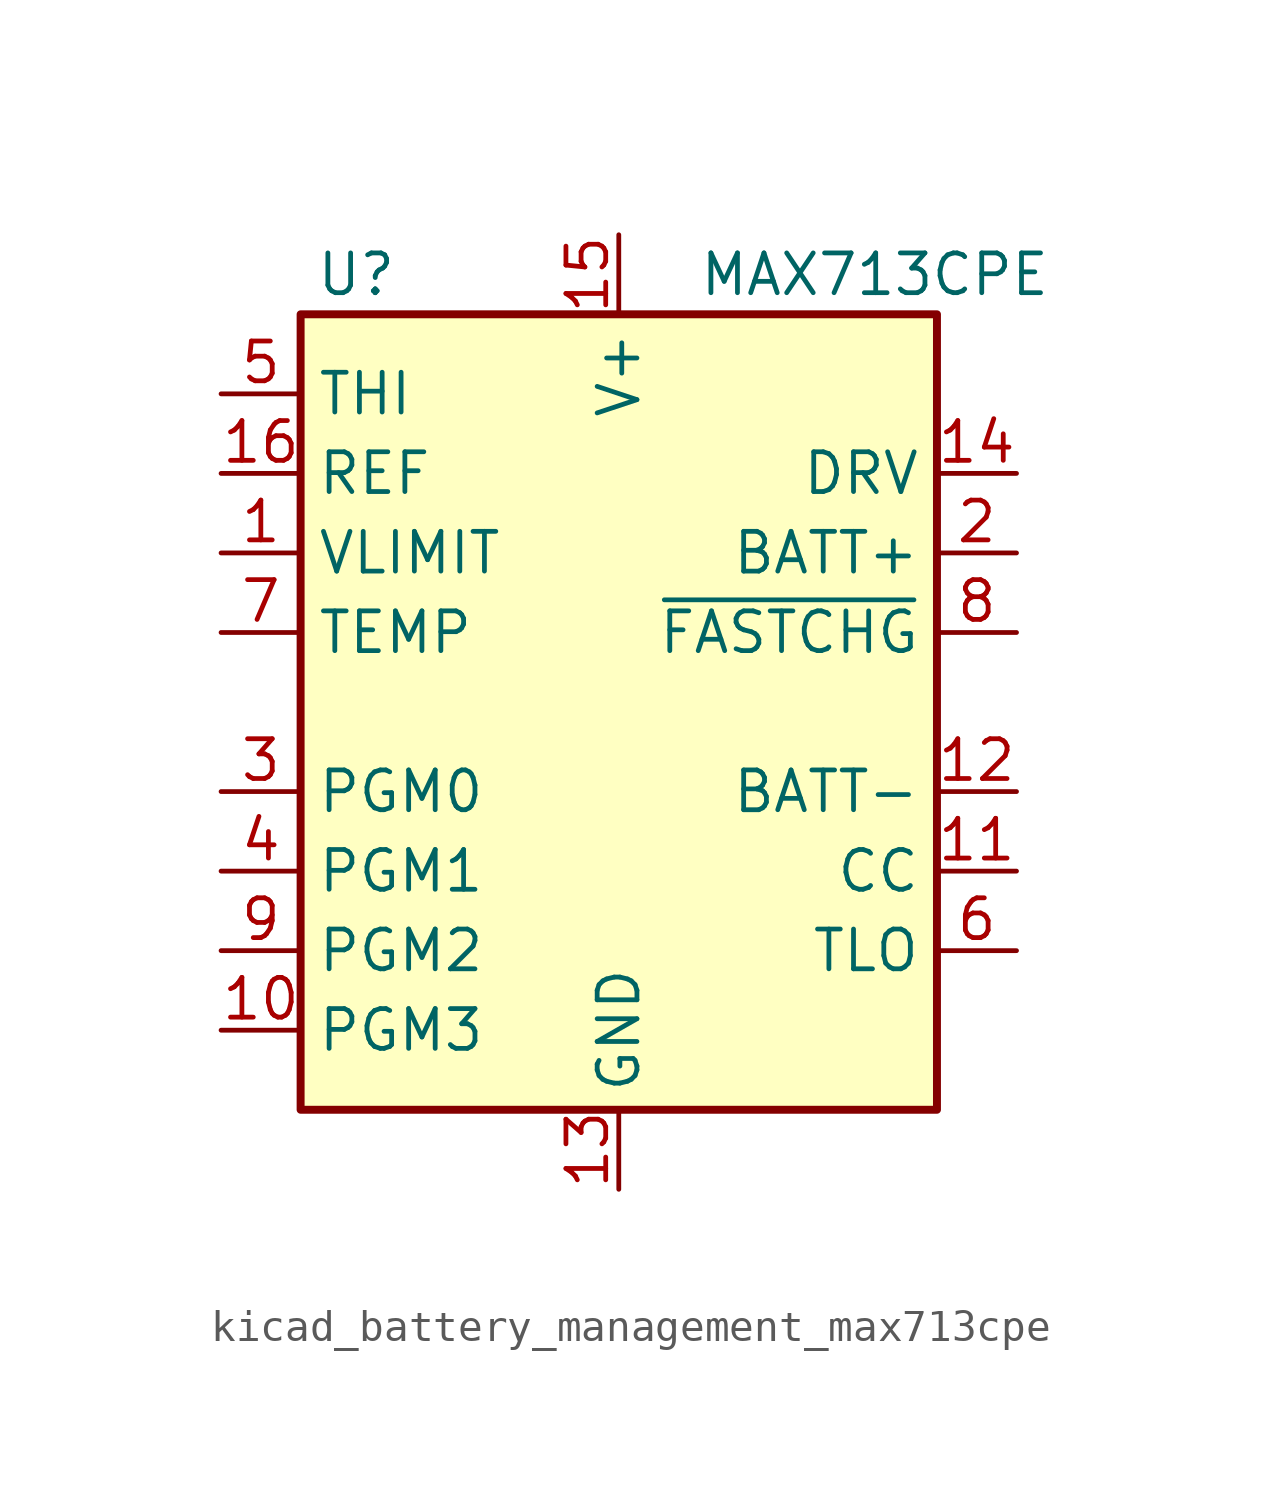
<source format=kicad_sym>
(kicad_symbol_lib
  (version 20220914)
  (generator kicad_symbol_editor)
  (symbol "kicad_battery_management_max713cpe"
    (property "Reference" "U"
      (at -8.382 13.97 0)
      (effects (font (size 1.27 1.27))))
    (property "Value" "MAX713CPE"
      (at 2.54 13.97 0)
      (effects (font (size 1.27 1.27)) (justify left)))
    (symbol "kicad_battery_management_max713cpe_0_1"
      (rectangle (start -10.16 12.7) (end 10.16 -12.7) (stroke (width 0.254) (type default)) (fill (type background))))
    (symbol "kicad_battery_management_max713cpe_1_1"
      (pin input line (at -12.7 5.08 0) (length 2.54) (name "VLIMIT" (effects (font (size 1.27 1.27)))) (number "1" (effects (font (size 1.27 1.27)))))
      (pin input line (at -12.7 -10.16 0) (length 2.54) (name "PGM3" (effects (font (size 1.27 1.27)))) (number "10" (effects (font (size 1.27 1.27)))))
      (pin input line (at 12.7 -5.08 180) (length 2.54) (name "CC" (effects (font (size 1.27 1.27)))) (number "11" (effects (font (size 1.27 1.27)))))
      (pin input line (at 12.7 -2.54 180) (length 2.54) (name "BATT-" (effects (font (size 1.27 1.27)))) (number "12" (effects (font (size 1.27 1.27)))))
      (pin power_in line (at 0 -15.24 90) (length 2.54) (name "GND" (effects (font (size 1.27 1.27)))) (number "13" (effects (font (size 1.27 1.27)))))
      (pin output line (at 12.7 7.62 180) (length 2.54) (name "DRV" (effects (font (size 1.27 1.27)))) (number "14" (effects (font (size 1.27 1.27)))))
      (pin power_in line (at 0 15.24 270) (length 2.54) (name "V+" (effects (font (size 1.27 1.27)))) (number "15" (effects (font (size 1.27 1.27)))))
      (pin power_in line (at -12.7 7.62 0) (length 2.54) (name "REF" (effects (font (size 1.27 1.27)))) (number "16" (effects (font (size 1.27 1.27)))))
      (pin input line (at 12.7 5.08 180) (length 2.54) (name "BATT+" (effects (font (size 1.27 1.27)))) (number "2" (effects (font (size 1.27 1.27)))))
      (pin input line (at -12.7 -2.54 0) (length 2.54) (name "PGM0" (effects (font (size 1.27 1.27)))) (number "3" (effects (font (size 1.27 1.27)))))
      (pin input line (at -12.7 -5.08 0) (length 2.54) (name "PGM1" (effects (font (size 1.27 1.27)))) (number "4" (effects (font (size 1.27 1.27)))))
      (pin input line (at -12.7 10.16 0) (length 2.54) (name "THI" (effects (font (size 1.27 1.27)))) (number "5" (effects (font (size 1.27 1.27)))))
      (pin input line (at 12.7 -7.62 180) (length 2.54) (name "TLO" (effects (font (size 1.27 1.27)))) (number "6" (effects (font (size 1.27 1.27)))))
      (pin input line (at -12.7 2.54 0) (length 2.54) (name "TEMP" (effects (font (size 1.27 1.27)))) (number "7" (effects (font (size 1.27 1.27)))))
      (pin open_collector line (at 12.7 2.54 180) (length 2.54) (name "~{FASTCHG}" (effects (font (size 1.27 1.27)))) (number "8" (effects (font (size 1.27 1.27)))))
      (pin input line (at -12.7 -7.62 0) (length 2.54) (name "PGM2" (effects (font (size 1.27 1.27)))) (number "9" (effects (font (size 1.27 1.27))))))))
</source>
